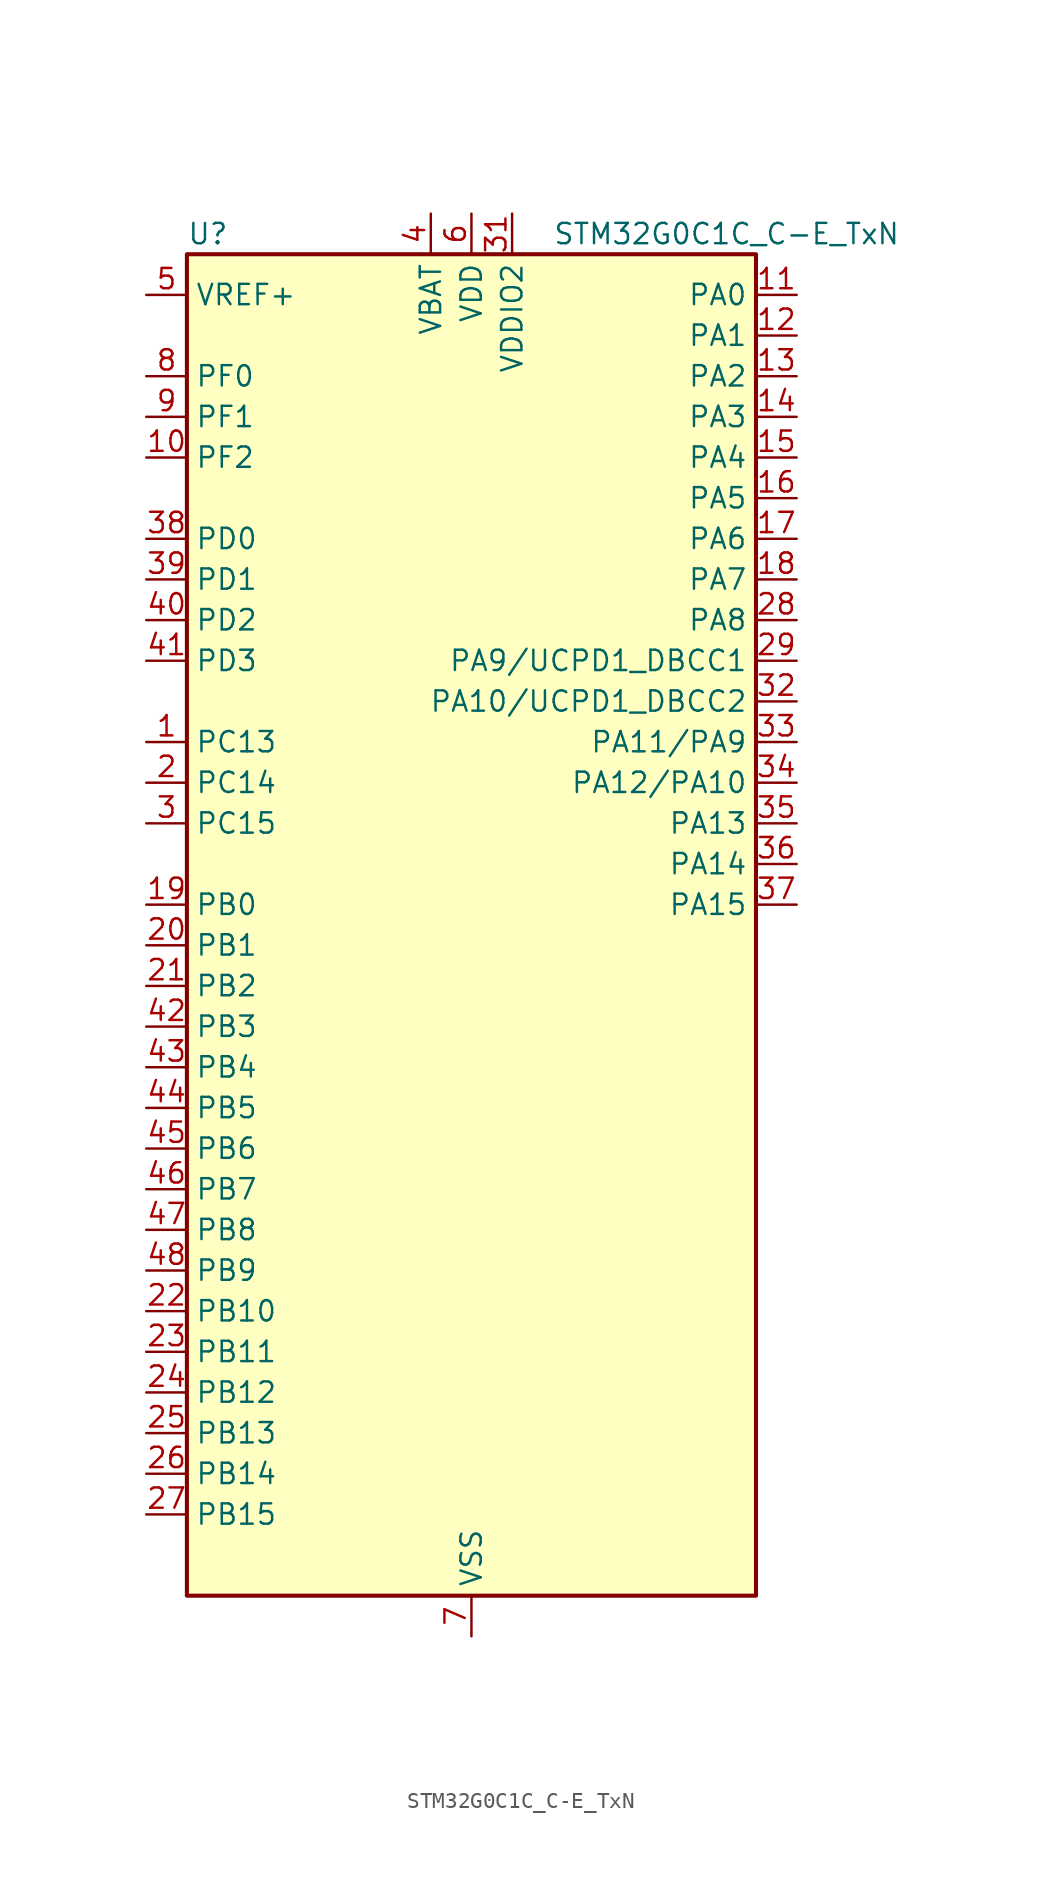
<source format=kicad_sym>
(kicad_symbol_lib
  (version 20231120)
  (generator "kicad_symbol_editor")
  (generator_version "8.0")
  (symbol "STM32G0C1C_C-E_TxN"
    (property "Reference" "U"
      (at -17.78 44.45 0)
      (effects (font (size 1.27 1.27)) (justify left)))
    (property "Value" "STM32G0C1C_C-E_TxN"
      (at 5.08 44.45 0)
      (effects (font (size 1.27 1.27)) (justify left)))
    (property "ki_locked" ""
      (at 0 0 0)
      (effects (font (size 1.27 1.27))))
    (symbol "STM32G0C1C_C-E_TxN_0_1"
      (rectangle (start -17.78 -40.64) (end 17.78 43.18) (stroke (width 0.254) (type default)) (fill (type background))))
    (symbol "STM32G0C1C_C-E_TxN_1_1"
      (pin bidirectional line (at -20.32 12.7 0) (length 2.54) (name "PC13" (effects (font (size 1.27 1.27)))) (number "1" (effects (font (size 1.27 1.27)))) (alternate "RTC_OUT1" bidirectional line) (alternate "RTC_TAMP_IN1" bidirectional line) (alternate "RTC_TS" bidirectional line) (alternate "SYS_WKUP2" bidirectional line) (alternate "TIM1_BK" bidirectional line))
      (pin bidirectional line (at -20.32 30.48 0) (length 2.54) (name "PF2" (effects (font (size 1.27 1.27)))) (number "10" (effects (font (size 1.27 1.27)))) (alternate "LPUART2_DE" bidirectional line) (alternate "LPUART2_RTS" bidirectional line) (alternate "LPUART2_TX" bidirectional line) (alternate "RCC_MCO" bidirectional line))
      (pin bidirectional line (at 20.32 40.64 180) (length 2.54) (name "PA0" (effects (font (size 1.27 1.27)))) (number "11" (effects (font (size 1.27 1.27)))) (alternate "ADC1_IN0" bidirectional line) (alternate "COMP1_INM" bidirectional line) (alternate "COMP1_OUT" bidirectional line) (alternate "I2S2_CK" bidirectional line) (alternate "LPTIM1_OUT" bidirectional line) (alternate "RTC_TAMP_IN2" bidirectional line) (alternate "SPI2_SCK" bidirectional line) (alternate "SYS_WKUP1" bidirectional line) (alternate "TIM2_CH1" bidirectional line) (alternate "TIM2_ETR" bidirectional line) (alternate "UCPD2_FRSTX1" bidirectional line) (alternate "UCPD2_FRSTX2" bidirectional line) (alternate "USART2_CTS" bidirectional line) (alternate "USART2_NSS" bidirectional line) (alternate "USART4_TX" bidirectional line))
      (pin bidirectional line (at 20.32 38.1 180) (length 2.54) (name "PA1" (effects (font (size 1.27 1.27)))) (number "12" (effects (font (size 1.27 1.27)))) (alternate "ADC1_IN1" bidirectional line) (alternate "COMP1_INP" bidirectional line) (alternate "I2C1_SMBA" bidirectional line) (alternate "I2S1_CK" bidirectional line) (alternate "SPI1_SCK" bidirectional line) (alternate "TIM15_CH1N" bidirectional line) (alternate "TIM2_CH2" bidirectional line) (alternate "USART2_CK" bidirectional line) (alternate "USART2_DE" bidirectional line) (alternate "USART2_RTS" bidirectional line) (alternate "USART4_RX" bidirectional line))
      (pin bidirectional line (at 20.32 35.56 180) (length 2.54) (name "PA2" (effects (font (size 1.27 1.27)))) (number "13" (effects (font (size 1.27 1.27)))) (alternate "ADC1_IN2" bidirectional line) (alternate "COMP2_INM" bidirectional line) (alternate "COMP2_OUT" bidirectional line) (alternate "I2S1_SD" bidirectional line) (alternate "LPUART1_TX" bidirectional line) (alternate "RCC_LSCO" bidirectional line) (alternate "SPI1_MOSI" bidirectional line) (alternate "SYS_WKUP4" bidirectional line) (alternate "TIM15_CH1" bidirectional line) (alternate "TIM2_CH3" bidirectional line) (alternate "UCPD1_FRSTX1" bidirectional line) (alternate "UCPD1_FRSTX2" bidirectional line) (alternate "USART2_TX" bidirectional line))
      (pin bidirectional line (at 20.32 33.02 180) (length 2.54) (name "PA3" (effects (font (size 1.27 1.27)))) (number "14" (effects (font (size 1.27 1.27)))) (alternate "ADC1_IN3" bidirectional line) (alternate "COMP2_INP" bidirectional line) (alternate "I2S2_MCK" bidirectional line) (alternate "LPUART1_RX" bidirectional line) (alternate "SPI2_MISO" bidirectional line) (alternate "TIM15_CH2" bidirectional line) (alternate "TIM2_CH4" bidirectional line) (alternate "UCPD2_FRSTX1" bidirectional line) (alternate "UCPD2_FRSTX2" bidirectional line) (alternate "USART2_RX" bidirectional line))
      (pin bidirectional line (at 20.32 30.48 180) (length 2.54) (name "PA4" (effects (font (size 1.27 1.27)))) (number "15" (effects (font (size 1.27 1.27)))) (alternate "ADC1_IN4" bidirectional line) (alternate "DAC1_OUT1" bidirectional line) (alternate "I2S1_WS" bidirectional line) (alternate "I2S2_SD" bidirectional line) (alternate "LPTIM2_OUT" bidirectional line) (alternate "RTC_OUT2" bidirectional line) (alternate "SPI1_NSS" bidirectional line) (alternate "SPI2_MOSI" bidirectional line) (alternate "SPI3_NSS" bidirectional line) (alternate "TIM14_CH1" bidirectional line) (alternate "UCPD2_FRSTX1" bidirectional line) (alternate "UCPD2_FRSTX2" bidirectional line) (alternate "USART6_TX" bidirectional line) (alternate "USB_NOE" bidirectional line))
      (pin bidirectional line (at 20.32 27.94 180) (length 2.54) (name "PA5" (effects (font (size 1.27 1.27)))) (number "16" (effects (font (size 1.27 1.27)))) (alternate "ADC1_IN5" bidirectional line) (alternate "CEC" bidirectional line) (alternate "DAC1_OUT2" bidirectional line) (alternate "I2S1_CK" bidirectional line) (alternate "LPTIM2_ETR" bidirectional line) (alternate "SPI1_SCK" bidirectional line) (alternate "TIM2_CH1" bidirectional line) (alternate "TIM2_ETR" bidirectional line) (alternate "UCPD1_FRSTX1" bidirectional line) (alternate "UCPD1_FRSTX2" bidirectional line) (alternate "USART3_TX" bidirectional line) (alternate "USART6_RX" bidirectional line))
      (pin bidirectional line (at 20.32 25.4 180) (length 2.54) (name "PA6" (effects (font (size 1.27 1.27)))) (number "17" (effects (font (size 1.27 1.27)))) (alternate "ADC1_IN6" bidirectional line) (alternate "COMP1_OUT" bidirectional line) (alternate "I2C2_SDA" bidirectional line) (alternate "I2C3_SDA" bidirectional line) (alternate "I2S1_MCK" bidirectional line) (alternate "LPUART1_CTS" bidirectional line) (alternate "SPI1_MISO" bidirectional line) (alternate "TIM16_CH1" bidirectional line) (alternate "TIM1_BK" bidirectional line) (alternate "TIM3_CH1" bidirectional line) (alternate "USART3_CTS" bidirectional line) (alternate "USART3_NSS" bidirectional line) (alternate "USART6_CTS" bidirectional line) (alternate "USART6_NSS" bidirectional line))
      (pin bidirectional line (at 20.32 22.86 180) (length 2.54) (name "PA7" (effects (font (size 1.27 1.27)))) (number "18" (effects (font (size 1.27 1.27)))) (alternate "ADC1_IN7" bidirectional line) (alternate "COMP2_OUT" bidirectional line) (alternate "I2C2_SCL" bidirectional line) (alternate "I2C3_SCL" bidirectional line) (alternate "I2S1_SD" bidirectional line) (alternate "SPI1_MOSI" bidirectional line) (alternate "TIM14_CH1" bidirectional line) (alternate "TIM17_CH1" bidirectional line) (alternate "TIM1_CH1N" bidirectional line) (alternate "TIM3_CH2" bidirectional line) (alternate "UCPD1_FRSTX1" bidirectional line) (alternate "UCPD1_FRSTX2" bidirectional line) (alternate "USART6_CK" bidirectional line) (alternate "USART6_DE" bidirectional line) (alternate "USART6_RTS" bidirectional line))
      (pin bidirectional line (at -20.32 2.54 0) (length 2.54) (name "PB0" (effects (font (size 1.27 1.27)))) (number "19" (effects (font (size 1.27 1.27)))) (alternate "ADC1_IN8" bidirectional line) (alternate "COMP1_OUT" bidirectional line) (alternate "COMP3_INP" bidirectional line) (alternate "FDCAN2_RX" bidirectional line) (alternate "I2S1_WS" bidirectional line) (alternate "LPTIM1_OUT" bidirectional line) (alternate "LPUART2_CTS" bidirectional line) (alternate "SPI1_NSS" bidirectional line) (alternate "TIM1_CH2N" bidirectional line) (alternate "TIM3_CH3" bidirectional line) (alternate "UCPD1_FRSTX1" bidirectional line) (alternate "UCPD1_FRSTX2" bidirectional line) (alternate "USART3_RX" bidirectional line) (alternate "USART5_TX" bidirectional line))
      (pin bidirectional line (at -20.32 10.16 0) (length 2.54) (name "PC14" (effects (font (size 1.27 1.27)))) (number "2" (effects (font (size 1.27 1.27)))) (alternate "RCC_OSC32_IN" bidirectional line) (alternate "TIM1_BK2" bidirectional line))
      (pin bidirectional line (at -20.32 0 0) (length 2.54) (name "PB1" (effects (font (size 1.27 1.27)))) (number "20" (effects (font (size 1.27 1.27)))) (alternate "ADC1_IN9" bidirectional line) (alternate "COMP1_INM" bidirectional line) (alternate "COMP3_OUT" bidirectional line) (alternate "FDCAN2_TX" bidirectional line) (alternate "LPTIM2_IN1" bidirectional line) (alternate "LPUART1_DE" bidirectional line) (alternate "LPUART1_RTS" bidirectional line) (alternate "LPUART2_DE" bidirectional line) (alternate "LPUART2_RTS" bidirectional line) (alternate "TIM14_CH1" bidirectional line) (alternate "TIM1_CH3N" bidirectional line) (alternate "TIM3_CH4" bidirectional line) (alternate "USART3_CK" bidirectional line) (alternate "USART3_DE" bidirectional line) (alternate "USART3_RTS" bidirectional line) (alternate "USART5_RX" bidirectional line))
      (pin bidirectional line (at -20.32 -2.54 0) (length 2.54) (name "PB2" (effects (font (size 1.27 1.27)))) (number "21" (effects (font (size 1.27 1.27)))) (alternate "ADC1_IN10" bidirectional line) (alternate "COMP1_INP" bidirectional line) (alternate "COMP3_INM" bidirectional line) (alternate "I2S2_MCK" bidirectional line) (alternate "LPTIM1_OUT" bidirectional line) (alternate "RCC_MCO_2" bidirectional line) (alternate "SPI2_MISO" bidirectional line) (alternate "USART3_TX" bidirectional line))
      (pin bidirectional line (at -20.32 -22.86 0) (length 2.54) (name "PB10" (effects (font (size 1.27 1.27)))) (number "22" (effects (font (size 1.27 1.27)))) (alternate "ADC1_IN11" bidirectional line) (alternate "CEC" bidirectional line) (alternate "COMP1_OUT" bidirectional line) (alternate "I2C2_SCL" bidirectional line) (alternate "I2S2_CK" bidirectional line) (alternate "LPUART1_RX" bidirectional line) (alternate "SPI2_SCK" bidirectional line) (alternate "TIM2_CH3" bidirectional line) (alternate "USART3_TX" bidirectional line))
      (pin bidirectional line (at -20.32 -25.4 0) (length 2.54) (name "PB11" (effects (font (size 1.27 1.27)))) (number "23" (effects (font (size 1.27 1.27)))) (alternate "ADC1_EXTI11" bidirectional line) (alternate "ADC1_IN15" bidirectional line) (alternate "COMP2_OUT" bidirectional line) (alternate "I2C2_SDA" bidirectional line) (alternate "I2S2_SD" bidirectional line) (alternate "LPUART1_TX" bidirectional line) (alternate "SPI2_MOSI" bidirectional line) (alternate "TIM2_CH4" bidirectional line) (alternate "USART3_RX" bidirectional line))
      (pin bidirectional line (at -20.32 -27.94 0) (length 2.54) (name "PB12" (effects (font (size 1.27 1.27)))) (number "24" (effects (font (size 1.27 1.27)))) (alternate "ADC1_IN16" bidirectional line) (alternate "FDCAN2_RX" bidirectional line) (alternate "I2C2_SMBA" bidirectional line) (alternate "I2S2_WS" bidirectional line) (alternate "LPUART1_DE" bidirectional line) (alternate "LPUART1_RTS" bidirectional line) (alternate "SPI2_NSS" bidirectional line) (alternate "TIM15_BK" bidirectional line) (alternate "TIM1_BK" bidirectional line) (alternate "UCPD2_FRSTX1" bidirectional line) (alternate "UCPD2_FRSTX2" bidirectional line))
      (pin bidirectional line (at -20.32 -30.48 0) (length 2.54) (name "PB13" (effects (font (size 1.27 1.27)))) (number "25" (effects (font (size 1.27 1.27)))) (alternate "FDCAN2_TX" bidirectional line) (alternate "I2C2_SCL" bidirectional line) (alternate "I2S2_CK" bidirectional line) (alternate "LPUART1_CTS" bidirectional line) (alternate "SPI2_SCK" bidirectional line) (alternate "TIM15_CH1N" bidirectional line) (alternate "TIM1_CH1N" bidirectional line) (alternate "USART3_CTS" bidirectional line) (alternate "USART3_NSS" bidirectional line))
      (pin bidirectional line (at -20.32 -33.02 0) (length 2.54) (name "PB14" (effects (font (size 1.27 1.27)))) (number "26" (effects (font (size 1.27 1.27)))) (alternate "I2C2_SDA" bidirectional line) (alternate "I2S2_MCK" bidirectional line) (alternate "SPI2_MISO" bidirectional line) (alternate "TIM15_CH1" bidirectional line) (alternate "TIM1_CH2N" bidirectional line) (alternate "UCPD1_FRSTX1" bidirectional line) (alternate "UCPD1_FRSTX2" bidirectional line) (alternate "USART3_CK" bidirectional line) (alternate "USART3_DE" bidirectional line) (alternate "USART3_RTS" bidirectional line) (alternate "USART6_CK" bidirectional line) (alternate "USART6_DE" bidirectional line) (alternate "USART6_RTS" bidirectional line))
      (pin bidirectional line (at -20.32 -35.56 0) (length 2.54) (name "PB15" (effects (font (size 1.27 1.27)))) (number "27" (effects (font (size 1.27 1.27)))) (alternate "I2S2_SD" bidirectional line) (alternate "RTC_REFIN" bidirectional line) (alternate "SPI2_MOSI" bidirectional line) (alternate "TIM15_CH1N" bidirectional line) (alternate "TIM15_CH2" bidirectional line) (alternate "TIM1_CH3N" bidirectional line) (alternate "UCPD1_CC2" bidirectional line) (alternate "USART6_CTS" bidirectional line) (alternate "USART6_NSS" bidirectional line))
      (pin bidirectional line (at 20.32 20.32 180) (length 2.54) (name "PA8" (effects (font (size 1.27 1.27)))) (number "28" (effects (font (size 1.27 1.27)))) (alternate "CRS1_SYNC" bidirectional line) (alternate "I2C2_SMBA" bidirectional line) (alternate "I2S2_WS" bidirectional line) (alternate "LPTIM2_OUT" bidirectional line) (alternate "RCC_MCO" bidirectional line) (alternate "SPI2_NSS" bidirectional line) (alternate "TIM1_CH1" bidirectional line) (alternate "UCPD1_CC1" bidirectional line))
      (pin bidirectional line (at 20.32 17.78 180) (length 2.54) (name "PA9/UCPD1_DBCC1" (effects (font (size 1.27 1.27)))) (number "29" (effects (font (size 1.27 1.27)))) (alternate "DAC1_EXTI9" bidirectional line) (alternate "I2C1_SCL" bidirectional line) (alternate "I2C2_SCL" bidirectional line) (alternate "I2S2_MCK" bidirectional line) (alternate "RCC_MCO" bidirectional line) (alternate "SPI2_MISO" bidirectional line) (alternate "TIM15_BK" bidirectional line) (alternate "TIM1_CH2" bidirectional line) (alternate "UCPD1_DBCC1" bidirectional line) (alternate "USART1_TX" bidirectional line))
      (pin bidirectional line (at -20.32 7.62 0) (length 2.54) (name "PC15" (effects (font (size 1.27 1.27)))) (number "3" (effects (font (size 1.27 1.27)))) (alternate "RCC_OSC32_EN" bidirectional line) (alternate "RCC_OSC32_OUT" bidirectional line) (alternate "RCC_OSC_EN" bidirectional line) (alternate "TIM15_BK" bidirectional line))
      (pin passive line (at 0 -43.18 90) (length 2.54) hide (name "VSS" (effects (font (size 1.27 1.27)))) (number "30" (effects (font (size 1.27 1.27)))))
      (pin power_in line (at 2.54 45.72 270) (length 2.54) (name "VDDIO2" (effects (font (size 1.27 1.27)))) (number "31" (effects (font (size 1.27 1.27)))))
      (pin bidirectional line (at 20.32 15.24 180) (length 2.54) (name "PA10/UCPD1_DBCC2" (effects (font (size 1.27 1.27)))) (number "32" (effects (font (size 1.27 1.27)))) (alternate "I2C1_SDA" bidirectional line) (alternate "I2C2_SDA" bidirectional line) (alternate "I2S2_SD" bidirectional line) (alternate "RCC_MCO_2" bidirectional line) (alternate "SPI2_MOSI" bidirectional line) (alternate "TIM17_BK" bidirectional line) (alternate "TIM1_CH3" bidirectional line) (alternate "UCPD1_DBCC2" bidirectional line) (alternate "USART1_RX" bidirectional line))
      (pin bidirectional line (at 20.32 12.7 180) (length 2.54) (name "PA11/PA9" (effects (font (size 1.27 1.27)))) (number "33" (effects (font (size 1.27 1.27)))) (alternate "ADC1_EXTI11" bidirectional line) (alternate "COMP1_OUT" bidirectional line) (alternate "FDCAN1_RX" bidirectional line) (alternate "I2C2_SCL" bidirectional line) (alternate "I2S1_MCK" bidirectional line) (alternate "SPI1_MISO" bidirectional line) (alternate "TIM1_BK2" bidirectional line) (alternate "TIM1_CH4" bidirectional line) (alternate "USART1_CTS" bidirectional line) (alternate "USART1_NSS" bidirectional line) (alternate "USB_DM" bidirectional line))
      (pin bidirectional line (at 20.32 10.16 180) (length 2.54) (name "PA12/PA10" (effects (font (size 1.27 1.27)))) (number "34" (effects (font (size 1.27 1.27)))) (alternate "COMP2_OUT" bidirectional line) (alternate "FDCAN1_TX" bidirectional line) (alternate "I2C2_SDA" bidirectional line) (alternate "I2S1_SD" bidirectional line) (alternate "I2S_CKIN" bidirectional line) (alternate "SPI1_MOSI" bidirectional line) (alternate "TIM1_ETR" bidirectional line) (alternate "USART1_CK" bidirectional line) (alternate "USART1_DE" bidirectional line) (alternate "USART1_RTS" bidirectional line) (alternate "USB_DP" bidirectional line))
      (pin bidirectional line (at 20.32 7.62 180) (length 2.54) (name "PA13" (effects (font (size 1.27 1.27)))) (number "35" (effects (font (size 1.27 1.27)))) (alternate "IR_OUT" bidirectional line) (alternate "LPUART2_RX" bidirectional line) (alternate "SYS_SWDIO" bidirectional line) (alternate "USB_NOE" bidirectional line))
      (pin bidirectional line (at 20.32 5.08 180) (length 2.54) (name "PA14" (effects (font (size 1.27 1.27)))) (number "36" (effects (font (size 1.27 1.27)))) (alternate "LPUART2_TX" bidirectional line) (alternate "SYS_SWCLK" bidirectional line) (alternate "USART2_TX" bidirectional line))
      (pin bidirectional line (at 20.32 2.54 180) (length 2.54) (name "PA15" (effects (font (size 1.27 1.27)))) (number "37" (effects (font (size 1.27 1.27)))) (alternate "I2C2_SMBA" bidirectional line) (alternate "I2S1_WS" bidirectional line) (alternate "RCC_MCO_2" bidirectional line) (alternate "SPI1_NSS" bidirectional line) (alternate "SPI3_NSS" bidirectional line) (alternate "TIM2_CH1" bidirectional line) (alternate "TIM2_ETR" bidirectional line) (alternate "USART2_RX" bidirectional line) (alternate "USART3_CK" bidirectional line) (alternate "USART3_DE" bidirectional line) (alternate "USART3_RTS" bidirectional line) (alternate "USART4_CK" bidirectional line) (alternate "USART4_DE" bidirectional line) (alternate "USART4_RTS" bidirectional line) (alternate "USB_NOE" bidirectional line))
      (pin bidirectional line (at -20.32 25.4 0) (length 2.54) (name "PD0" (effects (font (size 1.27 1.27)))) (number "38" (effects (font (size 1.27 1.27)))) (alternate "FDCAN1_RX" bidirectional line) (alternate "I2S2_WS" bidirectional line) (alternate "SPI2_NSS" bidirectional line) (alternate "TIM16_CH1" bidirectional line) (alternate "UCPD2_CC1" bidirectional line))
      (pin bidirectional line (at -20.32 22.86 0) (length 2.54) (name "PD1" (effects (font (size 1.27 1.27)))) (number "39" (effects (font (size 1.27 1.27)))) (alternate "FDCAN1_TX" bidirectional line) (alternate "I2S2_CK" bidirectional line) (alternate "SPI2_SCK" bidirectional line) (alternate "TIM17_CH1" bidirectional line) (alternate "UCPD2_DBCC1" bidirectional line))
      (pin power_in line (at -2.54 45.72 270) (length 2.54) (name "VBAT" (effects (font (size 1.27 1.27)))) (number "4" (effects (font (size 1.27 1.27)))))
      (pin bidirectional line (at -20.32 20.32 0) (length 2.54) (name "PD2" (effects (font (size 1.27 1.27)))) (number "40" (effects (font (size 1.27 1.27)))) (alternate "TIM1_CH1N" bidirectional line) (alternate "TIM3_ETR" bidirectional line) (alternate "UCPD2_CC2" bidirectional line) (alternate "USART3_CK" bidirectional line) (alternate "USART3_DE" bidirectional line) (alternate "USART3_RTS" bidirectional line) (alternate "USART5_RX" bidirectional line))
      (pin bidirectional line (at -20.32 17.78 0) (length 2.54) (name "PD3" (effects (font (size 1.27 1.27)))) (number "41" (effects (font (size 1.27 1.27)))) (alternate "I2S2_MCK" bidirectional line) (alternate "SPI2_MISO" bidirectional line) (alternate "TIM1_CH2N" bidirectional line) (alternate "UCPD2_DBCC2" bidirectional line) (alternate "USART2_CTS" bidirectional line) (alternate "USART2_NSS" bidirectional line) (alternate "USART5_TX" bidirectional line))
      (pin bidirectional line (at -20.32 -5.08 0) (length 2.54) (name "PB3" (effects (font (size 1.27 1.27)))) (number "42" (effects (font (size 1.27 1.27)))) (alternate "COMP2_INM" bidirectional line) (alternate "I2C2_SCL" bidirectional line) (alternate "I2C3_SCL" bidirectional line) (alternate "I2S1_CK" bidirectional line) (alternate "SPI1_SCK" bidirectional line) (alternate "SPI3_SCK" bidirectional line) (alternate "TIM1_CH2" bidirectional line) (alternate "TIM2_CH2" bidirectional line) (alternate "USART1_CK" bidirectional line) (alternate "USART1_DE" bidirectional line) (alternate "USART1_RTS" bidirectional line) (alternate "USART5_TX" bidirectional line))
      (pin bidirectional line (at -20.32 -7.62 0) (length 2.54) (name "PB4" (effects (font (size 1.27 1.27)))) (number "43" (effects (font (size 1.27 1.27)))) (alternate "COMP2_INP" bidirectional line) (alternate "I2C2_SDA" bidirectional line) (alternate "I2C3_SDA" bidirectional line) (alternate "I2S1_MCK" bidirectional line) (alternate "SPI1_MISO" bidirectional line) (alternate "SPI3_MISO" bidirectional line) (alternate "TIM17_BK" bidirectional line) (alternate "TIM3_CH1" bidirectional line) (alternate "USART1_CTS" bidirectional line) (alternate "USART1_NSS" bidirectional line) (alternate "USART5_RX" bidirectional line))
      (pin bidirectional line (at -20.32 -10.16 0) (length 2.54) (name "PB5" (effects (font (size 1.27 1.27)))) (number "44" (effects (font (size 1.27 1.27)))) (alternate "COMP2_OUT" bidirectional line) (alternate "FDCAN2_RX" bidirectional line) (alternate "I2C1_SMBA" bidirectional line) (alternate "I2S1_SD" bidirectional line) (alternate "LPTIM1_IN1" bidirectional line) (alternate "SPI1_MOSI" bidirectional line) (alternate "SPI3_MOSI" bidirectional line) (alternate "SYS_WKUP6" bidirectional line) (alternate "TIM16_BK" bidirectional line) (alternate "TIM3_CH2" bidirectional line) (alternate "USART5_CK" bidirectional line) (alternate "USART5_DE" bidirectional line) (alternate "USART5_RTS" bidirectional line))
      (pin bidirectional line (at -20.32 -12.7 0) (length 2.54) (name "PB6" (effects (font (size 1.27 1.27)))) (number "45" (effects (font (size 1.27 1.27)))) (alternate "COMP2_INP" bidirectional line) (alternate "FDCAN2_TX" bidirectional line) (alternate "I2C1_SCL" bidirectional line) (alternate "I2S2_MCK" bidirectional line) (alternate "LPTIM1_ETR" bidirectional line) (alternate "LPUART2_TX" bidirectional line) (alternate "SPI2_MISO" bidirectional line) (alternate "TIM16_CH1N" bidirectional line) (alternate "TIM1_CH3" bidirectional line) (alternate "TIM4_CH1" bidirectional line) (alternate "USART1_TX" bidirectional line) (alternate "USART5_CTS" bidirectional line) (alternate "USART5_NSS" bidirectional line))
      (pin bidirectional line (at -20.32 -15.24 0) (length 2.54) (name "PB7" (effects (font (size 1.27 1.27)))) (number "46" (effects (font (size 1.27 1.27)))) (alternate "COMP2_INM" bidirectional line) (alternate "I2C1_SDA" bidirectional line) (alternate "I2S2_SD" bidirectional line) (alternate "LPTIM1_IN2" bidirectional line) (alternate "LPUART2_RX" bidirectional line) (alternate "SPI2_MOSI" bidirectional line) (alternate "SYS_PVD_IN" bidirectional line) (alternate "TIM17_CH1N" bidirectional line) (alternate "TIM4_CH2" bidirectional line) (alternate "USART1_RX" bidirectional line) (alternate "USART4_CTS" bidirectional line) (alternate "USART4_NSS" bidirectional line))
      (pin bidirectional line (at -20.32 -17.78 0) (length 2.54) (name "PB8" (effects (font (size 1.27 1.27)))) (number "47" (effects (font (size 1.27 1.27)))) (alternate "CEC" bidirectional line) (alternate "FDCAN1_RX" bidirectional line) (alternate "I2C1_SCL" bidirectional line) (alternate "I2S2_CK" bidirectional line) (alternate "SPI2_SCK" bidirectional line) (alternate "TIM15_BK" bidirectional line) (alternate "TIM16_CH1" bidirectional line) (alternate "TIM4_CH3" bidirectional line) (alternate "USART3_TX" bidirectional line) (alternate "USART6_TX" bidirectional line))
      (pin bidirectional line (at -20.32 -20.32 0) (length 2.54) (name "PB9" (effects (font (size 1.27 1.27)))) (number "48" (effects (font (size 1.27 1.27)))) (alternate "DAC1_EXTI9" bidirectional line) (alternate "FDCAN1_TX" bidirectional line) (alternate "I2C1_SDA" bidirectional line) (alternate "I2S2_WS" bidirectional line) (alternate "IR_OUT" bidirectional line) (alternate "SPI2_NSS" bidirectional line) (alternate "TIM17_CH1" bidirectional line) (alternate "TIM4_CH4" bidirectional line) (alternate "UCPD2_FRSTX1" bidirectional line) (alternate "UCPD2_FRSTX2" bidirectional line) (alternate "USART3_RX" bidirectional line) (alternate "USART6_RX" bidirectional line))
      (pin input line (at -20.32 40.64 0) (length 2.54) (name "VREF+" (effects (font (size 1.27 1.27)))) (number "5" (effects (font (size 1.27 1.27)))) (alternate "VREFBUF_OUT" bidirectional line))
      (pin power_in line (at 0 45.72 270) (length 2.54) (name "VDD" (effects (font (size 1.27 1.27)))) (number "6" (effects (font (size 1.27 1.27)))))
      (pin power_in line (at 0 -43.18 90) (length 2.54) (name "VSS" (effects (font (size 1.27 1.27)))) (number "7" (effects (font (size 1.27 1.27)))))
      (pin bidirectional line (at -20.32 35.56 0) (length 2.54) (name "PF0" (effects (font (size 1.27 1.27)))) (number "8" (effects (font (size 1.27 1.27)))) (alternate "CRS1_SYNC" bidirectional line) (alternate "RCC_OSC_IN" bidirectional line) (alternate "TIM14_CH1" bidirectional line))
      (pin bidirectional line (at -20.32 33.02 0) (length 2.54) (name "PF1" (effects (font (size 1.27 1.27)))) (number "9" (effects (font (size 1.27 1.27)))) (alternate "RCC_OSC_EN" bidirectional line) (alternate "RCC_OSC_OUT" bidirectional line) (alternate "TIM15_CH1N" bidirectional line)))))
</source>
